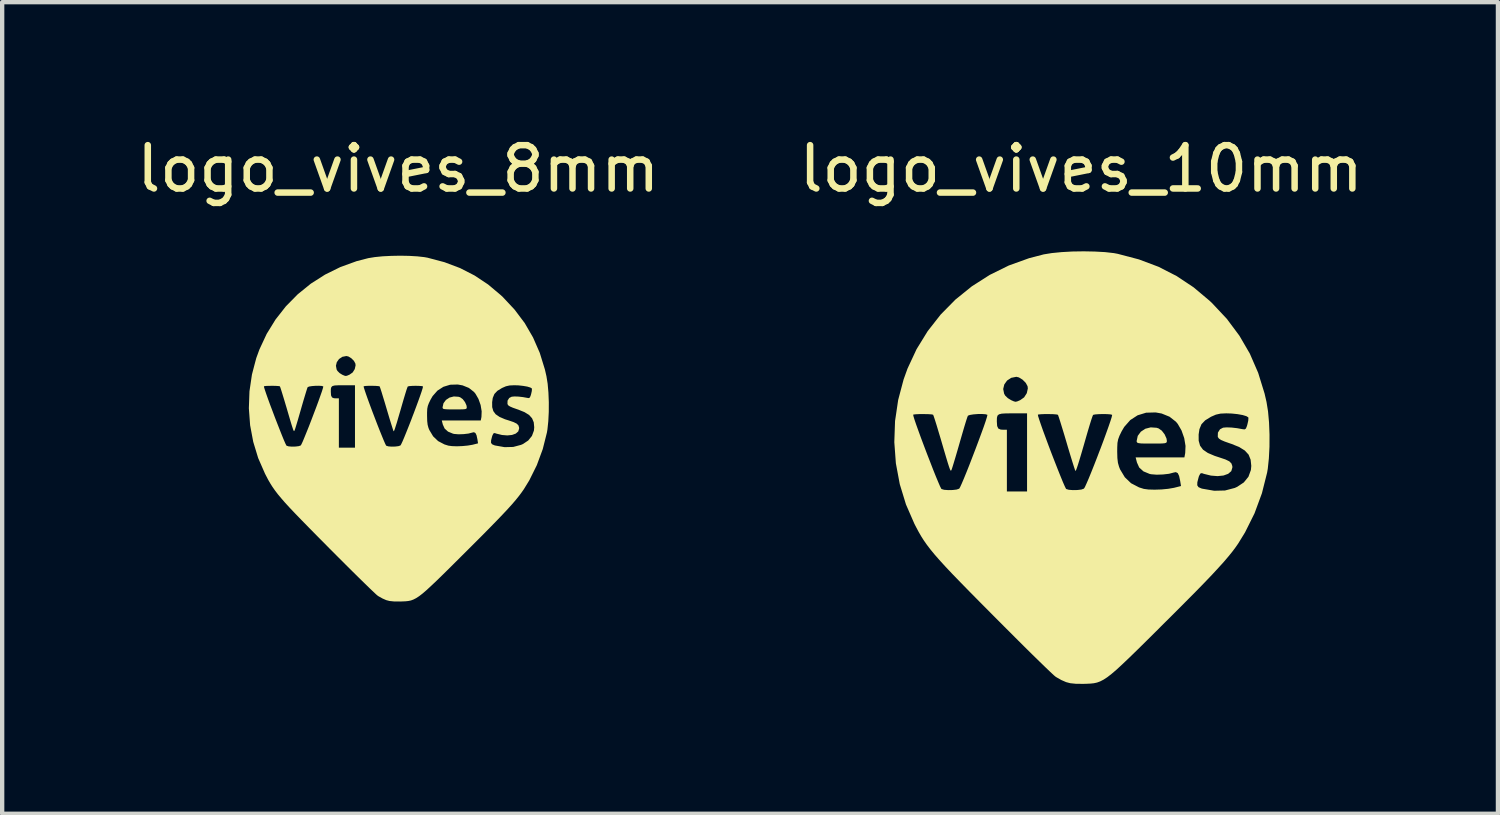
<source format=kicad_pcb>
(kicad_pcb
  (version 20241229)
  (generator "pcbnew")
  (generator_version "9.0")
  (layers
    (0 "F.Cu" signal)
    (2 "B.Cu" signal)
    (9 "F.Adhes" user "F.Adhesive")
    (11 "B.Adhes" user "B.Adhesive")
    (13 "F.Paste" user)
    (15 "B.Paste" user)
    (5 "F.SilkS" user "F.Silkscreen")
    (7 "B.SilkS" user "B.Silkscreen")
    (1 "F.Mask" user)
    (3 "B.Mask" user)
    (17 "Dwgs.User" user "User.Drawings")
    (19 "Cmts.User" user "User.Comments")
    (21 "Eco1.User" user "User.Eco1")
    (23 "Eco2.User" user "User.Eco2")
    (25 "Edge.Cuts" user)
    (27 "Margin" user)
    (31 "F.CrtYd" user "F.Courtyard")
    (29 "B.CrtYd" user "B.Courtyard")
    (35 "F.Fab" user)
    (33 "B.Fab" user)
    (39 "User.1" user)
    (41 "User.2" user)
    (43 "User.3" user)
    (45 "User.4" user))
  (footprint "logo_vives_8mm"
    (layer "F.Cu")
    (at 6.149 6.848)
    (property "Reference" "logo_vives_8mm" (at 0 -6 0) (unlocked yes) (layer "F.SilkS") (effects (font (size 1 1) (thickness 0.15))))
    (fp_poly (pts (xy 1.39 -0.734) (xy 1.429 -0.722) (xy 1.488 -0.68) (xy 1.541 -0.611) (xy 1.575 -0.535) (xy 1.582 -0.494) (xy 1.58 -0.472) (xy 1.57 -0.457) (xy 1.543 -0.448) (xy 1.492 -0.444) (xy 1.409 -0.442) (xy 1.303 -0.442) (xy 1.185 -0.442) (xy 1.106 -0.445) (xy 1.058 -0.45) (xy 1.033 -0.459) (xy 1.025 -0.475) (xy 1.023 -0.49) (xy 1.044 -0.584) (xy 1.101 -0.661) (xy 1.183 -0.715) (xy 1.283 -0.741)) (stroke (width 0) (type solid)) (fill yes) (layer "F.SilkS"))
    (fp_poly (pts (xy 0.252 -3.988) (xy 0.441 -3.977) (xy 0.602 -3.959) (xy 0.675 -3.946) (xy 1.067 -3.842) (xy 1.428 -3.706) (xy 1.762 -3.535) (xy 2.074 -3.328) (xy 2.368 -3.081) (xy 2.414 -3.038) (xy 2.688 -2.745) (xy 2.921 -2.435) (xy 3.113 -2.103) (xy 3.268 -1.748) (xy 3.386 -1.366) (xy 3.422 -1.21) (xy 3.45 -1.036) (xy 3.468 -0.831) (xy 3.477 -0.609) (xy 3.476 -0.383) (xy 3.465 -0.168) (xy 3.445 0.022) (xy 3.433 0.093) (xy 3.337 0.475) (xy 3.2 0.846) (xy 3.026 1.197) (xy 2.898 1.405) (xy 2.846 1.479) (xy 2.786 1.559) (xy 2.716 1.646) (xy 2.633 1.743) (xy 2.534 1.853) (xy 2.417 1.978) (xy 2.279 2.122) (xy 2.118 2.287) (xy 1.932 2.476) (xy 1.717 2.691) (xy 1.472 2.935) (xy 1.428 2.979) (xy 1.22 3.186) (xy 1.042 3.362) (xy 0.89 3.51) (xy 0.761 3.632) (xy 0.653 3.732) (xy 0.561 3.811) (xy 0.482 3.872) (xy 0.413 3.917) (xy 0.351 3.949) (xy 0.292 3.971) (xy 0.233 3.983) (xy 0.17 3.99) (xy 0.101 3.993) (xy 0.047 3.995) (xy -0.096 3.994) (xy -0.203 3.983) (xy -0.279 3.963) (xy -0.367 3.924) (xy -0.456 3.874) (xy -0.477 3.86) (xy -0.509 3.833) (xy -0.571 3.775) (xy -0.66 3.69) (xy -0.772 3.581) (xy -0.905 3.451) (xy -1.055 3.303) (xy -1.22 3.139) (xy -1.395 2.964) (xy -1.58 2.779) (xy -1.629 2.729) (xy -1.861 2.495) (xy -2.062 2.291) (xy -2.236 2.113) (xy -2.385 1.959) (xy -2.512 1.825) (xy -2.619 1.708) (xy -2.709 1.604) (xy -2.786 1.512) (xy -2.85 1.427) (xy -2.906 1.347) (xy -2.956 1.268) (xy -3.003 1.187) (xy -3.048 1.101) (xy -3.079 1.041) (xy -3.236 0.682) (xy -3.35 0.307) (xy -3.422 -0.077) (xy -3.451 -0.468) (xy -3.437 -0.86) (xy -3.42 -0.975) (xy -3.103 -0.975) (xy -3.099 -0.95) (xy -3.08 -0.889) (xy -3.049 -0.797) (xy -3.008 -0.681) (xy -2.959 -0.547) (xy -2.904 -0.402) (xy -2.848 -0.253) (xy -2.79 -0.104) (xy -2.735 0.036) (xy -2.685 0.162) (xy -2.642 0.267) (xy -2.608 0.345) (xy -2.585 0.39) (xy -2.58 0.397) (xy -2.531 0.412) (xy -2.457 0.418) (xy -2.374 0.416) (xy -2.3 0.407) (xy -2.254 0.391) (xy -2.252 0.39) (xy -2.236 0.362) (xy -2.206 0.298) (xy -2.167 0.204) (xy -2.119 0.086) (xy -2.065 -0.048) (xy -2.009 -0.193) (xy -1.952 -0.343) (xy -1.896 -0.49) (xy -1.845 -0.628) (xy -1.801 -0.752) (xy -1.767 -0.849) (xy -1.558 -0.849) (xy -1.553 -0.766) (xy -1.531 -0.719) (xy -1.487 -0.7) (xy -1.451 -0.698) (xy -1.372 -0.698) (xy -1.372 0.442) (xy -1 0.442) (xy -1 -0.975) (xy -0.8 -0.975) (xy -0.796 -0.95) (xy -0.777 -0.889) (xy -0.746 -0.797) (xy -0.705 -0.681) (xy -0.656 -0.547) (xy -0.602 -0.402) (xy -0.545 -0.253) (xy -0.488 -0.104) (xy -0.433 0.036) (xy -0.382 0.162) (xy -0.339 0.267) (xy -0.305 0.345) (xy -0.283 0.39) (xy -0.277 0.397) (xy -0.229 0.412) (xy -0.154 0.418) (xy -0.071 0.416) (xy 0.003 0.407) (xy 0.049 0.391) (xy 0.051 0.39) (xy 0.068 0.361) (xy 0.098 0.297) (xy 0.138 0.203) (xy 0.186 0.085) (xy 0.24 -0.05) (xy 0.297 -0.195) (xy 0.334 -0.294) (xy 0.665 -0.294) (xy 0.668 -0.175) (xy 0.678 -0.087) (xy 0.698 -0.013) (xy 0.718 0.035) (xy 0.805 0.18) (xy 0.92 0.29) (xy 1.067 0.367) (xy 1.157 0.395) (xy 1.24 0.406) (xy 1.354 0.41) (xy 1.481 0.405) (xy 1.606 0.393) (xy 1.713 0.375) (xy 1.729 0.371) (xy 1.842 0.342) (xy 1.84 0.329) (xy 2.142 0.329) (xy 2.166 0.363) (xy 2.218 0.386) (xy 2.239 0.392) (xy 2.456 0.43) (xy 2.655 0.425) (xy 2.835 0.377) (xy 2.881 0.357) (xy 3.002 0.276) (xy 3.087 0.171) (xy 3.133 0.047) (xy 3.14 -0.029) (xy 3.129 -0.144) (xy 3.09 -0.237) (xy 3.021 -0.314) (xy 2.915 -0.379) (xy 2.769 -0.438) (xy 2.753 -0.443) (xy 2.648 -0.48) (xy 2.581 -0.509) (xy 2.542 -0.534) (xy 2.524 -0.562) (xy 2.522 -0.57) (xy 2.524 -0.645) (xy 2.563 -0.706) (xy 2.619 -0.735) (xy 2.683 -0.741) (xy 2.775 -0.738) (xy 2.88 -0.726) (xy 2.98 -0.708) (xy 3.017 -0.703) (xy 3.041 -0.72) (xy 3.06 -0.767) (xy 3.069 -0.799) (xy 3.084 -0.866) (xy 3.087 -0.915) (xy 3.084 -0.927) (xy 3.049 -0.948) (xy 2.979 -0.969) (xy 2.885 -0.985) (xy 2.778 -0.997) (xy 2.678 -1) (xy 2.571 -0.995) (xy 2.486 -0.976) (xy 2.397 -0.937) (xy 2.395 -0.936) (xy 2.289 -0.871) (xy 2.22 -0.798) (xy 2.182 -0.707) (xy 2.168 -0.609) (xy 2.169 -0.494) (xy 2.195 -0.403) (xy 2.249 -0.33) (xy 2.338 -0.269) (xy 2.465 -0.214) (xy 2.554 -0.186) (xy 2.663 -0.149) (xy 2.734 -0.114) (xy 2.774 -0.075) (xy 2.79 -0.026) (xy 2.791 0.001) (xy 2.771 0.067) (xy 2.713 0.117) (xy 2.627 0.148) (xy 2.519 0.159) (xy 2.396 0.149) (xy 2.265 0.117) (xy 2.228 0.104) (xy 2.2 0.111) (xy 2.175 0.158) (xy 2.167 0.182) (xy 2.144 0.272) (xy 2.142 0.329) (xy 1.84 0.329) (xy 1.828 0.25) (xy 1.808 0.156) (xy 1.782 0.103) (xy 1.747 0.085) (xy 1.709 0.093) (xy 1.621 0.116) (xy 1.509 0.129) (xy 1.393 0.133) (xy 1.294 0.125) (xy 1.265 0.119) (xy 1.149 0.071) (xy 1.071 0.000358) (xy 1.029 -0.092) (xy 1.005 -0.186) (xy 1.905 -0.186) (xy 1.921 -0.268) (xy 1.926 -0.398) (xy 1.902 -0.543) (xy 1.852 -0.684) (xy 1.783 -0.804) (xy 1.749 -0.845) (xy 1.631 -0.938) (xy 1.485 -0.997) (xy 1.374 -1.017) (xy 1.199 -1.012) (xy 1.042 -0.964) (xy 0.905 -0.876) (xy 0.793 -0.749) (xy 0.745 -0.666) (xy 0.706 -0.585) (xy 0.682 -0.521) (xy 0.669 -0.455) (xy 0.665 -0.372) (xy 0.665 -0.294) (xy 0.334 -0.294) (xy 0.354 -0.345) (xy 0.409 -0.492) (xy 0.46 -0.63) (xy 0.504 -0.753) (xy 0.539 -0.855) (xy 0.562 -0.929) (xy 0.571 -0.968) (xy 0.57 -0.973) (xy 0.54 -0.981) (xy 0.478 -0.985) (xy 0.4 -0.987) (xy 0.321 -0.985) (xy 0.256 -0.98) (xy 0.221 -0.972) (xy 0.219 -0.971) (xy 0.208 -0.945) (xy 0.186 -0.881) (xy 0.158 -0.79) (xy 0.124 -0.677) (xy 0.105 -0.612) (xy 0.048 -0.414) (xy 0.002 -0.258) (xy -0.033 -0.137) (xy -0.061 -0.05) (xy -0.08 0.01) (xy -0.094 0.046) (xy -0.103 0.062) (xy -0.108 0.062) (xy -0.118 0.038) (xy -0.138 -0.025) (xy -0.168 -0.12) (xy -0.205 -0.24) (xy -0.246 -0.378) (xy -0.269 -0.455) (xy -0.312 -0.601) (xy -0.352 -0.731) (xy -0.385 -0.84) (xy -0.411 -0.92) (xy -0.427 -0.966) (xy -0.431 -0.974) (xy -0.46 -0.98) (xy -0.52 -0.985) (xy -0.598 -0.987) (xy -0.679 -0.987) (xy -0.749 -0.984) (xy -0.793 -0.978) (xy -0.8 -0.975) (xy -1 -0.975) (xy -1 -1) (xy -1.265 -1) (xy -1.386 -0.999) (xy -1.468 -0.995) (xy -1.519 -0.982) (xy -1.546 -0.957) (xy -1.557 -0.917) (xy -1.558 -0.857) (xy -1.558 -0.849) (xy -1.767 -0.849) (xy -1.765 -0.854) (xy -1.742 -0.928) (xy -1.732 -0.968) (xy -1.733 -0.973) (xy -1.767 -0.984) (xy -1.831 -0.988) (xy -1.911 -0.987) (xy -1.991 -0.981) (xy -2.056 -0.971) (xy -2.091 -0.957) (xy -2.093 -0.955) (xy -2.105 -0.924) (xy -2.127 -0.855) (xy -2.157 -0.756) (xy -2.194 -0.633) (xy -2.234 -0.495) (xy -2.245 -0.456) (xy -2.286 -0.314) (xy -2.323 -0.186) (xy -2.355 -0.08) (xy -2.379 -0.002) (xy -2.394 0.04) (xy -2.396 0.044) (xy -2.402 0.055) (xy -2.408 0.059) (xy -2.416 0.051) (xy -2.427 0.027) (xy -2.442 -0.018) (xy -2.465 -0.089) (xy -2.495 -0.189) (xy -2.535 -0.325) (xy -2.586 -0.5) (xy -2.593 -0.522) (xy -2.633 -0.657) (xy -2.67 -0.778) (xy -2.7 -0.875) (xy -2.722 -0.943) (xy -2.734 -0.974) (xy -2.735 -0.975) (xy -2.763 -0.981) (xy -2.823 -0.985) (xy -2.901 -0.987) (xy -2.982 -0.986) (xy -3.052 -0.984) (xy -3.096 -0.978) (xy -3.103 -0.975) (xy -3.42 -0.975) (xy -3.38 -1.247) (xy -3.327 -1.45) (xy -1.44 -1.45) (xy -1.424 -1.364) (xy -1.404 -1.329) (xy -1.355 -1.281) (xy -1.294 -1.243) (xy -1.243 -1.221) (xy -1.211 -1.214) (xy -1.179 -1.222) (xy -1.127 -1.244) (xy -1.054 -1.295) (xy -1.005 -1.373) (xy -0.986 -1.46) (xy -0.991 -1.501) (xy -1.024 -1.563) (xy -1.083 -1.622) (xy -1.151 -1.664) (xy -1.199 -1.675) (xy -1.294 -1.656) (xy -1.369 -1.605) (xy -1.42 -1.533) (xy -1.44 -1.45) (xy -3.327 -1.45) (xy -3.28 -1.627) (xy -3.207 -1.827) (xy -3.04 -2.185) (xy -2.835 -2.518) (xy -2.595 -2.824) (xy -2.322 -3.101) (xy -2.02 -3.346) (xy -1.69 -3.556) (xy -1.337 -3.73) (xy -0.962 -3.866) (xy -0.691 -3.936) (xy -0.542 -3.96) (xy -0.362 -3.978) (xy -0.162 -3.988) (xy 0.047 -3.992)) (stroke (width 0) (type solid)) (fill yes) (layer "F.SilkS")))
  (footprint "logo_vives_10mm"
    (layer "F.Cu")
    (at 22.023 7.648)
    (property "Reference" "logo_vives_10mm" (at -0.1 -6.8 0) (unlocked yes) (layer "F.SilkS") (effects (font (size 1 1) (thickness 0.15))))
    (fp_poly (pts (xy 1.639 -0.818) (xy 1.687 -0.803) (xy 1.761 -0.751) (xy 1.827 -0.665) (xy 1.87 -0.569) (xy 1.878 -0.518) (xy 1.876 -0.491) (xy 1.863 -0.472) (xy 1.83 -0.461) (xy 1.766 -0.455) (xy 1.663 -0.453) (xy 1.529 -0.453) (xy 1.382 -0.453) (xy 1.283 -0.456) (xy 1.223 -0.463) (xy 1.193 -0.475) (xy 1.182 -0.494) (xy 1.18 -0.512) (xy 1.206 -0.631) (xy 1.277 -0.727) (xy 1.38 -0.795) (xy 1.505 -0.827)) (stroke (width 0) (type solid)) (fill yes) (layer "F.SilkS"))
    (fp_poly (pts (xy 0.215 -4.888) (xy 0.451 -4.875) (xy 0.654 -4.852) (xy 0.744 -4.835) (xy 1.234 -4.706) (xy 1.686 -4.536) (xy 2.104 -4.322) (xy 2.495 -4.062) (xy 2.863 -3.753) (xy 2.919 -3.7) (xy 3.263 -3.334) (xy 3.553 -2.945) (xy 3.794 -2.531) (xy 3.987 -2.087) (xy 4.135 -1.608) (xy 4.18 -1.413) (xy 4.215 -1.196) (xy 4.238 -0.94) (xy 4.249 -0.662) (xy 4.248 -0.379) (xy 4.234 -0.11) (xy 4.209 0.128) (xy 4.194 0.216) (xy 4.074 0.694) (xy 3.903 1.158) (xy 3.684 1.598) (xy 3.525 1.857) (xy 3.46 1.95) (xy 3.385 2.05) (xy 3.297 2.158) (xy 3.193 2.28) (xy 3.069 2.417) (xy 2.923 2.575) (xy 2.751 2.755) (xy 2.55 2.961) (xy 2.316 3.197) (xy 2.048 3.466) (xy 1.741 3.771) (xy 1.686 3.827) (xy 1.426 4.085) (xy 1.203 4.305) (xy 1.013 4.49) (xy 0.852 4.643) (xy 0.717 4.768) (xy 0.601 4.867) (xy 0.503 4.943) (xy 0.416 5) (xy 0.338 5.04) (xy 0.265 5.067) (xy 0.191 5.083) (xy 0.113 5.091) (xy 0.027 5.095) (xy -0.042 5.097) (xy -0.22 5.096) (xy -0.354 5.082) (xy -0.449 5.057) (xy -0.559 5.009) (xy -0.67 4.946) (xy -0.696 4.929) (xy -0.737 4.894) (xy -0.814 4.822) (xy -0.925 4.716) (xy -1.066 4.579) (xy -1.232 4.417) (xy -1.42 4.231) (xy -1.625 4.027) (xy -1.845 3.807) (xy -2.076 3.576) (xy -2.137 3.514) (xy -2.428 3.221) (xy -2.68 2.966) (xy -2.897 2.744) (xy -3.084 2.551) (xy -3.242 2.383) (xy -3.376 2.236) (xy -3.489 2.107) (xy -3.584 1.991) (xy -3.665 1.885) (xy -3.735 1.785) (xy -3.798 1.686) (xy -3.856 1.585) (xy -3.913 1.478) (xy -3.952 1.403) (xy -4.148 0.953) (xy -4.291 0.485) (xy -4.381 0.003) (xy -4.417 -0.485) (xy -4.4 -0.975) (xy -4.378 -1.12) (xy -3.981 -1.12) (xy -3.976 -1.089) (xy -3.953 -1.012) (xy -3.914 -0.897) (xy -3.862 -0.752) (xy -3.801 -0.584) (xy -3.733 -0.403) (xy -3.662 -0.216) (xy -3.59 -0.031) (xy -3.522 0.145) (xy -3.459 0.302) (xy -3.404 0.434) (xy -3.362 0.532) (xy -3.334 0.587) (xy -3.327 0.597) (xy -3.266 0.615) (xy -3.173 0.622) (xy -3.069 0.62) (xy -2.977 0.609) (xy -2.919 0.589) (xy -2.917 0.587) (xy -2.897 0.553) (xy -2.86 0.472) (xy -2.81 0.355) (xy -2.75 0.208) (xy -2.683 0.04) (xy -2.613 -0.142) (xy -2.541 -0.329) (xy -2.472 -0.513) (xy -2.408 -0.686) (xy -2.352 -0.84) (xy -2.31 -0.962) (xy -2.049 -0.962) (xy -2.042 -0.858) (xy -2.015 -0.8) (xy -1.96 -0.776) (xy -1.915 -0.773) (xy -1.817 -0.773) (xy -1.817 0.653) (xy -1.351 0.653) (xy -1.351 -1.12) (xy -1.101 -1.12) (xy -1.096 -1.089) (xy -1.072 -1.012) (xy -1.033 -0.897) (xy -0.982 -0.752) (xy -0.92 -0.584) (xy -0.853 -0.403) (xy -0.782 -0.216) (xy -0.71 -0.031) (xy -0.641 0.145) (xy -0.578 0.302) (xy -0.524 0.434) (xy -0.481 0.532) (xy -0.454 0.587) (xy -0.446 0.597) (xy -0.386 0.615) (xy -0.292 0.622) (xy -0.188 0.62) (xy -0.096 0.609) (xy -0.038 0.588) (xy -0.037 0.587) (xy -0.015 0.552) (xy 0.022 0.471) (xy 0.073 0.353) (xy 0.133 0.206) (xy 0.2 0.038) (xy 0.271 -0.144) (xy 0.318 -0.268) (xy 0.731 -0.268) (xy 0.735 -0.119) (xy 0.748 -0.008) (xy 0.774 0.084) (xy 0.798 0.144) (xy 0.907 0.325) (xy 1.051 0.463) (xy 1.235 0.559) (xy 1.347 0.594) (xy 1.452 0.608) (xy 1.594 0.612) (xy 1.753 0.607) (xy 1.909 0.592) (xy 2.043 0.569) (xy 2.063 0.564) (xy 2.205 0.528) (xy 2.202 0.511) (xy 2.58 0.511) (xy 2.609 0.554) (xy 2.674 0.583) (xy 2.7 0.59) (xy 2.972 0.637) (xy 3.221 0.631) (xy 3.446 0.572) (xy 3.503 0.546) (xy 3.655 0.445) (xy 3.762 0.314) (xy 3.819 0.158) (xy 3.828 0.063) (xy 3.813 -0.08) (xy 3.766 -0.197) (xy 3.679 -0.292) (xy 3.547 -0.374) (xy 3.363 -0.448) (xy 3.343 -0.454) (xy 3.213 -0.5) (xy 3.129 -0.536) (xy 3.08 -0.569) (xy 3.057 -0.603) (xy 3.054 -0.613) (xy 3.057 -0.706) (xy 3.106 -0.783) (xy 3.177 -0.82) (xy 3.256 -0.827) (xy 3.371 -0.823) (xy 3.502 -0.808) (xy 3.627 -0.785) (xy 3.674 -0.78) (xy 3.704 -0.8) (xy 3.728 -0.859) (xy 3.739 -0.899) (xy 3.758 -0.983) (xy 3.762 -1.044) (xy 3.758 -1.059) (xy 3.714 -1.086) (xy 3.627 -1.112) (xy 3.509 -1.133) (xy 3.374 -1.147) (xy 3.25 -1.151) (xy 3.117 -1.145) (xy 3.01 -1.121) (xy 2.898 -1.072) (xy 2.896 -1.071) (xy 2.763 -0.989) (xy 2.677 -0.899) (xy 2.63 -0.785) (xy 2.612 -0.662) (xy 2.613 -0.518) (xy 2.645 -0.404) (xy 2.713 -0.312) (xy 2.824 -0.236) (xy 2.984 -0.168) (xy 3.094 -0.132) (xy 3.231 -0.086) (xy 3.32 -0.043) (xy 3.369 0.006) (xy 3.39 0.067) (xy 3.391 0.101) (xy 3.366 0.184) (xy 3.294 0.246) (xy 3.186 0.285) (xy 3.05 0.299) (xy 2.897 0.287) (xy 2.734 0.247) (xy 2.687 0.23) (xy 2.652 0.239) (xy 2.62 0.298) (xy 2.611 0.328) (xy 2.582 0.44) (xy 2.58 0.511) (xy 2.202 0.511) (xy 2.186 0.412) (xy 2.161 0.295) (xy 2.129 0.229) (xy 2.085 0.207) (xy 2.038 0.216) (xy 1.928 0.245) (xy 1.787 0.261) (xy 1.642 0.266) (xy 1.518 0.256) (xy 1.482 0.249) (xy 1.337 0.189) (xy 1.239 0.1) (xy 1.187 -0.016) (xy 1.157 -0.133) (xy 2.283 -0.133) (xy 2.302 -0.235) (xy 2.309 -0.398) (xy 2.279 -0.579) (xy 2.217 -0.755) (xy 2.13 -0.906) (xy 2.088 -0.957) (xy 1.94 -1.073) (xy 1.758 -1.147) (xy 1.619 -1.172) (xy 1.399 -1.166) (xy 1.203 -1.106) (xy 1.033 -0.996) (xy 0.893 -0.837) (xy 0.832 -0.733) (xy 0.783 -0.632) (xy 0.753 -0.551) (xy 0.737 -0.47) (xy 0.732 -0.366) (xy 0.731 -0.268) (xy 0.318 -0.268) (xy 0.343 -0.331) (xy 0.412 -0.515) (xy 0.475 -0.688) (xy 0.53 -0.842) (xy 0.574 -0.97) (xy 0.603 -1.062) (xy 0.614 -1.111) (xy 0.613 -1.117) (xy 0.575 -1.127) (xy 0.498 -1.133) (xy 0.401 -1.135) (xy 0.302 -1.132) (xy 0.221 -1.126) (xy 0.176 -1.116) (xy 0.174 -1.115) (xy 0.16 -1.082) (xy 0.133 -1.003) (xy 0.097 -0.888) (xy 0.055 -0.747) (xy 0.031 -0.665) (xy -0.04 -0.418) (xy -0.097 -0.222) (xy -0.142 -0.072) (xy -0.176 0.038) (xy -0.201 0.113) (xy -0.218 0.157) (xy -0.229 0.177) (xy -0.235 0.178) (xy -0.247 0.147) (xy -0.273 0.068) (xy -0.31 -0.05) (xy -0.356 -0.2) (xy -0.408 -0.373) (xy -0.436 -0.469) (xy -0.49 -0.651) (xy -0.54 -0.815) (xy -0.582 -0.951) (xy -0.614 -1.051) (xy -0.634 -1.108) (xy -0.639 -1.118) (xy -0.675 -1.126) (xy -0.751 -1.132) (xy -0.848 -1.134) (xy -0.95 -1.134) (xy -1.037 -1.13) (xy -1.092 -1.124) (xy -1.101 -1.12) (xy -1.351 -1.12) (xy -1.351 -1.151) (xy -1.683 -1.151) (xy -1.834 -1.15) (xy -1.937 -1.144) (xy -2 -1.128) (xy -2.034 -1.098) (xy -2.047 -1.047) (xy -2.049 -0.972) (xy -2.049 -0.962) (xy -2.31 -0.962) (xy -2.308 -0.968) (xy -2.279 -1.061) (xy -2.267 -1.111) (xy -2.267 -1.117) (xy -2.31 -1.13) (xy -2.391 -1.136) (xy -2.49 -1.135) (xy -2.59 -1.127) (xy -2.671 -1.114) (xy -2.716 -1.097) (xy -2.718 -1.094) (xy -2.733 -1.056) (xy -2.761 -0.97) (xy -2.799 -0.845) (xy -2.844 -0.692) (xy -2.894 -0.519) (xy -2.908 -0.47) (xy -2.959 -0.293) (xy -3.006 -0.133) (xy -3.046 -0.00017) (xy -3.076 0.097) (xy -3.094 0.15) (xy -3.096 0.155) (xy -3.104 0.169) (xy -3.112 0.173) (xy -3.122 0.163) (xy -3.135 0.133) (xy -3.155 0.077) (xy -3.183 -0.011) (xy -3.221 -0.137) (xy -3.271 -0.306) (xy -3.335 -0.525) (xy -3.343 -0.553) (xy -3.394 -0.722) (xy -3.439 -0.873) (xy -3.477 -0.994) (xy -3.505 -1.079) (xy -3.52 -1.118) (xy -3.521 -1.119) (xy -3.556 -1.127) (xy -3.631 -1.132) (xy -3.729 -1.134) (xy -3.83 -1.134) (xy -3.917 -1.13) (xy -3.972 -1.124) (xy -3.981 -1.12) (xy -4.378 -1.12) (xy -4.328 -1.46) (xy -4.261 -1.713) (xy -1.902 -1.713) (xy -1.881 -1.606) (xy -1.857 -1.562) (xy -1.795 -1.502) (xy -1.718 -1.455) (xy -1.654 -1.427) (xy -1.615 -1.418) (xy -1.574 -1.428) (xy -1.509 -1.456) (xy -1.419 -1.52) (xy -1.357 -1.617) (xy -1.333 -1.726) (xy -1.339 -1.777) (xy -1.381 -1.855) (xy -1.455 -1.929) (xy -1.54 -1.981) (xy -1.599 -1.995) (xy -1.718 -1.971) (xy -1.813 -1.908) (xy -1.877 -1.818) (xy -1.902 -1.713) (xy -4.261 -1.713) (xy -4.202 -1.935) (xy -4.112 -2.185) (xy -3.903 -2.633) (xy -3.646 -3.05) (xy -3.346 -3.433) (xy -3.005 -3.779) (xy -2.626 -4.085) (xy -2.214 -4.348) (xy -1.772 -4.566) (xy -1.303 -4.735) (xy -0.964 -4.823) (xy -0.778 -4.853) (xy -0.553 -4.875) (xy -0.303 -4.889) (xy -0.042 -4.893)) (stroke (width 0) (type solid)) (fill yes) (layer "F.SilkS")))
  (gr_rect
    (start -3 -3)
    (end 31.548 15.745)
    (stroke (width 0.1) (type default))
    (fill no)
    (layer "Edge.Cuts")))
</source>
